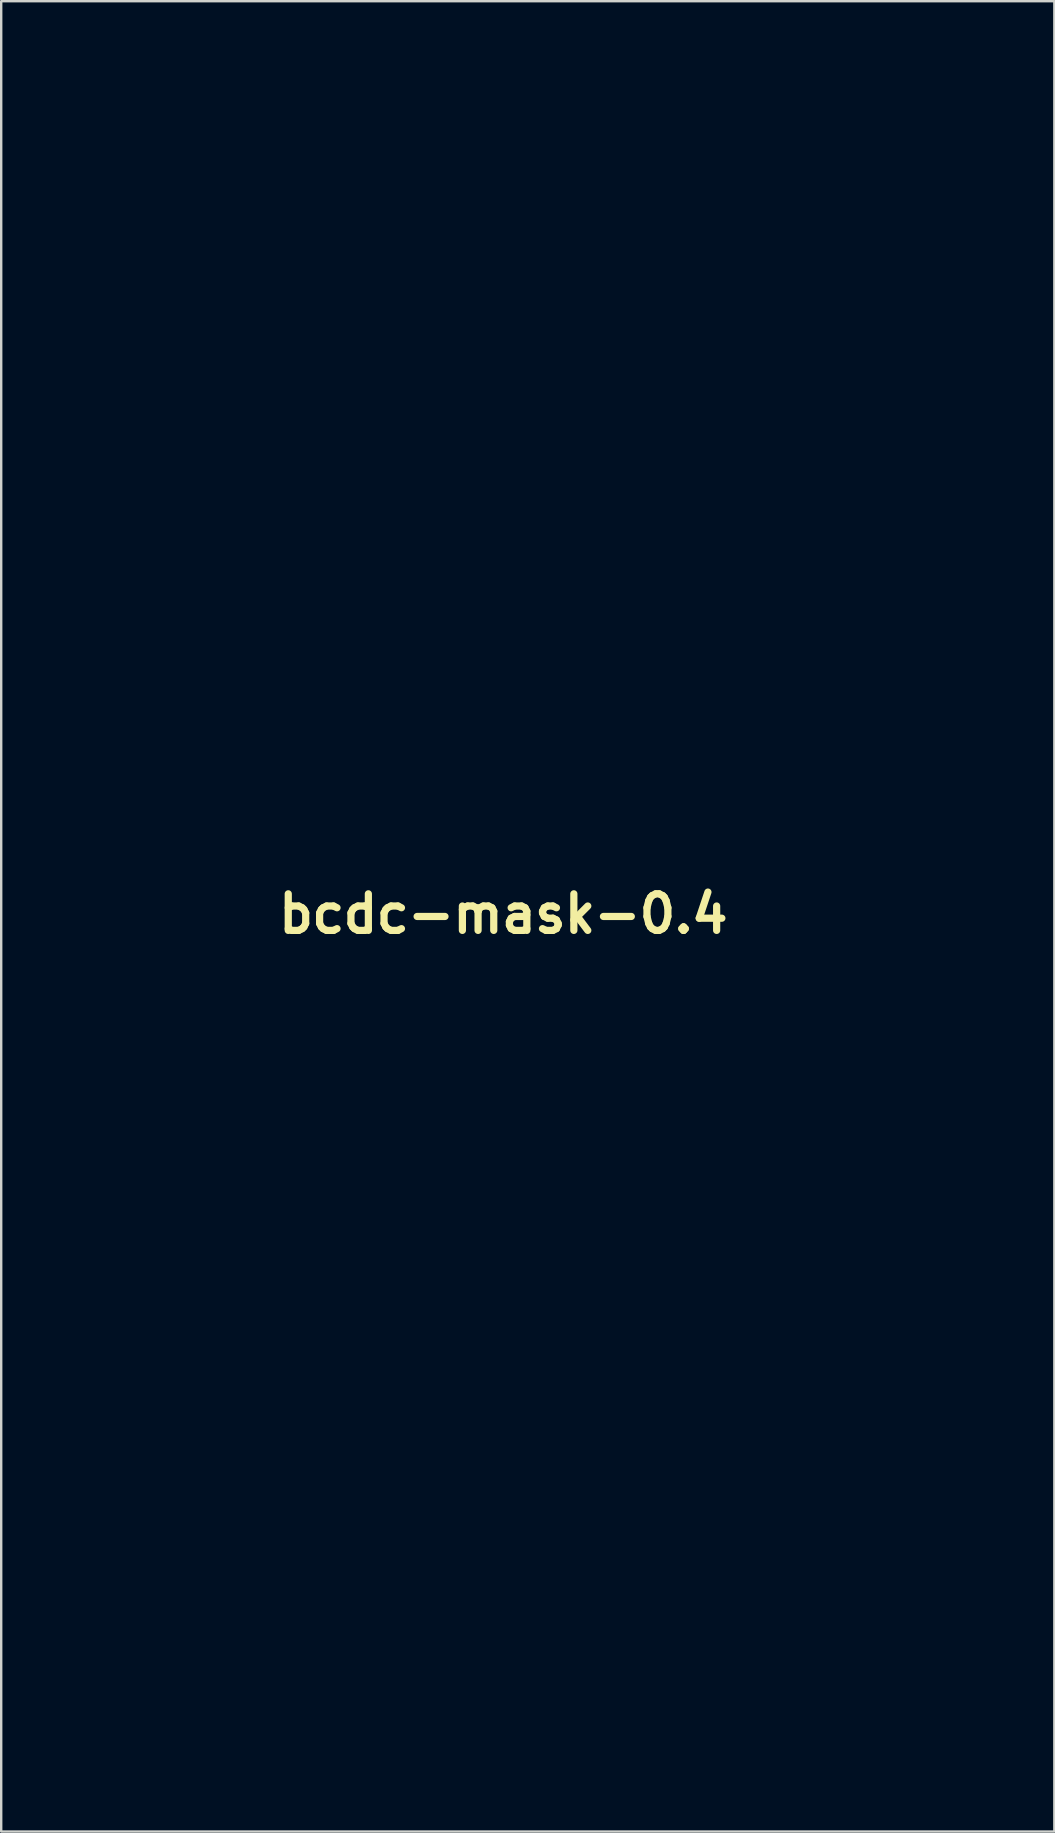
<source format=kicad_pcb>
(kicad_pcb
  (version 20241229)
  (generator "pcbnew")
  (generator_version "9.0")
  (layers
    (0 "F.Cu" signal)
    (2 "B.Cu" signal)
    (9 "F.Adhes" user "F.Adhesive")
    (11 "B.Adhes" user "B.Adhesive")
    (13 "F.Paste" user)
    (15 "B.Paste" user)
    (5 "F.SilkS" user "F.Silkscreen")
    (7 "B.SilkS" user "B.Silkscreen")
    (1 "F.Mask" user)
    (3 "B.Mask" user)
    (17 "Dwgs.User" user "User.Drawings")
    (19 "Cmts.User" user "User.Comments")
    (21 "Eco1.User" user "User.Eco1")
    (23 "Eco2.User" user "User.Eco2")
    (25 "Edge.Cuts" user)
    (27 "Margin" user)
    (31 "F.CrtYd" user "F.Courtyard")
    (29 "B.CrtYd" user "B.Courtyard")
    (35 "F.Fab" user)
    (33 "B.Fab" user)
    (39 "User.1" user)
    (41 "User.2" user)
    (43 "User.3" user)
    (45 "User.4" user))
  (footprint "bcdc-mask-0.4"
    (layer "F.Cu")
    (at 17.926 35.035)
    (property "Reference" "bcdc-mask-0.4" (at 0 0 0) (layer "F.SilkS") (effects (font (size 1.524 1.524) (thickness 0.3))))
    (attr through_hole)
    (fp_poly (pts (xy 18.047 -5.951) (xy 18.185 -5.863) (xy 18.249 -5.684) (xy 18.24 -5.402) (xy 18.201 -5.174) (xy 18.152 -4.737) (xy 18.16 -4.208) (xy 18.224 -3.621) (xy 18.34 -3.013) (xy 18.375 -2.868) (xy 18.474 -2.53) (xy 18.596 -2.182) (xy 18.729 -1.854) (xy 18.859 -1.578) (xy 18.974 -1.384) (xy 19.045 -1.309) (xy 19.11 -1.334) (xy 19.169 -1.477) (xy 19.217 -1.712) (xy 19.25 -2.015) (xy 19.261 -2.353) (xy 19.239 -2.769) (xy 19.176 -3.257) (xy 19.084 -3.765) (xy 18.971 -4.241) (xy 18.848 -4.632) (xy 18.837 -4.661) (xy 18.722 -5.03) (xy 18.707 -5.3) (xy 18.793 -5.471) (xy 18.841 -5.505) (xy 19.027 -5.548) (xy 19.202 -5.467) (xy 19.367 -5.259) (xy 19.526 -4.92) (xy 19.681 -4.446) (xy 19.764 -4.136) (xy 19.846 -3.719) (xy 19.907 -3.24) (xy 19.945 -2.735) (xy 19.958 -2.239) (xy 19.946 -1.789) (xy 19.907 -1.42) (xy 19.871 -1.256) (xy 19.717 -0.893) (xy 19.509 -0.646) (xy 19.258 -0.52) (xy 18.978 -0.524) (xy 18.69 -0.655) (xy 18.438 -0.894) (xy 18.199 -1.252) (xy 17.98 -1.708) (xy 17.788 -2.24) (xy 17.63 -2.826) (xy 17.512 -3.445) (xy 17.443 -4.074) (xy 17.428 -4.53) (xy 17.451 -5.072) (xy 17.522 -5.488) (xy 17.639 -5.776) (xy 17.802 -5.934) (xy 18.01 -5.959) (xy 18.047 -5.951)) (stroke (width 0.01) (type solid)) (fill yes) (layer "F.Mask"))
    (fp_poly (pts (xy -0.106 -35.03) (xy 0.646 -35.028) (xy 1.277 -35.023) (xy 1.807 -35.013) (xy 2.257 -34.999) (xy 2.647 -34.978) (xy 2.997 -34.951) (xy 3.328 -34.917) (xy 3.457 -34.902) (xy 4.92 -34.678) (xy 6.28 -34.384) (xy 7.529 -34.021) (xy 8.572 -33.63) (xy 9.709 -33.073) (xy 10.787 -32.388) (xy 11.805 -31.575) (xy 12.763 -30.634) (xy 13.662 -29.566) (xy 14.502 -28.37) (xy 15.282 -27.046) (xy 15.454 -26.72) (xy 15.692 -26.248) (xy 15.854 -25.894) (xy 15.939 -25.659) (xy 15.948 -25.543) (xy 15.88 -25.545) (xy 15.735 -25.665) (xy 15.513 -25.903) (xy 15.213 -26.259) (xy 15.037 -26.478) (xy 14.143 -27.567) (xy 13.284 -28.542) (xy 12.444 -29.422) (xy 11.606 -30.222) (xy 11.081 -30.685) (xy 10.204 -31.359) (xy 9.305 -31.895) (xy 8.377 -32.295) (xy 7.412 -32.562) (xy 6.404 -32.698) (xy 5.346 -32.704) (xy 4.995 -32.679) (xy 4.336 -32.603) (xy 3.598 -32.486) (xy 2.828 -32.339) (xy 2.071 -32.171) (xy 1.375 -31.992) (xy 0.926 -31.857) (xy 0.548 -31.74) (xy 0.24 -31.665) (xy -0.034 -31.632) (xy -0.308 -31.644) (xy -0.617 -31.7) (xy -0.996 -31.802) (xy -1.372 -31.916) (xy -2.224 -32.157) (xy -3.103 -32.36) (xy -3.982 -32.521) (xy -4.835 -32.636) (xy -5.635 -32.701) (xy -6.356 -32.714) (xy -6.894 -32.68) (xy -7.929 -32.492) (xy -8.925 -32.169) (xy -9.879 -31.711) (xy -10.672 -31.206) (xy -11.105 -30.869) (xy -11.606 -30.435) (xy -12.156 -29.92) (xy -12.741 -29.342) (xy -13.344 -28.716) (xy -13.948 -28.059) (xy -14.538 -27.389) (xy -15.097 -26.721) (xy -15.407 -26.335) (xy -15.634 -26.051) (xy -15.833 -25.813) (xy -15.987 -25.638) (xy -16.079 -25.549) (xy -16.094 -25.541) (xy -16.145 -25.6) (xy -16.157 -25.684) (xy -16.119 -25.856) (xy -16.01 -26.126) (xy -15.842 -26.475) (xy -15.624 -26.885) (xy -15.368 -27.338) (xy -15.084 -27.815) (xy -14.783 -28.299) (xy -14.474 -28.771) (xy -14.169 -29.212) (xy -13.963 -29.494) (xy -13.121 -30.517) (xy -12.222 -31.424) (xy -11.257 -32.22) (xy -10.219 -32.908) (xy -9.099 -33.493) (xy -7.89 -33.98) (xy -6.585 -34.374) (xy -5.174 -34.678) (xy -5.009 -34.707) (xy -4.499 -34.791) (xy -4.036 -34.86) (xy -3.599 -34.914) (xy -3.163 -34.956) (xy -2.705 -34.987) (xy -2.202 -35.008) (xy -1.63 -35.021) (xy -0.966 -35.028) (xy -0.187 -35.03) (xy -0.106 -35.03)) (stroke (width 0.01) (type solid)) (fill yes) (layer "F.Mask"))
    (fp_poly (pts (xy 9.946 -17.427) (xy 10.866 -17.427) (xy 11.663 -17.426) (xy 12.347 -17.425) (xy 12.927 -17.422) (xy 13.413 -17.419) (xy 13.814 -17.414) (xy 14.14 -17.407) (xy 14.399 -17.399) (xy 14.602 -17.388) (xy 14.757 -17.376) (xy 14.874 -17.361) (xy 14.963 -17.343) (xy 15.032 -17.322) (xy 15.091 -17.298) (xy 15.132 -17.28) (xy 15.517 -17.028) (xy 15.844 -16.676) (xy 16.079 -16.265) (xy 16.129 -16.13) (xy 16.254 -15.734) (xy 17.639 -15.734) (xy 17.639 -14.534) (xy 16.237 -14.534) (xy 16.215 -12.965) (xy 16.205 -12.397) (xy 16.189 -11.949) (xy 16.162 -11.601) (xy 16.118 -11.332) (xy 16.053 -11.121) (xy 15.961 -10.948) (xy 15.836 -10.791) (xy 15.674 -10.63) (xy 15.599 -10.562) (xy 15.504 -10.474) (xy 15.422 -10.396) (xy 15.342 -10.329) (xy 15.255 -10.271) (xy 15.153 -10.221) (xy 15.025 -10.18) (xy 14.863 -10.146) (xy 14.656 -10.119) (xy 14.397 -10.098) (xy 14.074 -10.081) (xy 13.679 -10.07) (xy 13.202 -10.062) (xy 12.635 -10.057) (xy 11.967 -10.055) (xy 11.189 -10.054) (xy 10.292 -10.054) (xy 9.267 -10.054) (xy 8.89 -10.054) (xy 7.842 -10.054) (xy 6.926 -10.055) (xy 6.132 -10.055) (xy 5.451 -10.057) (xy 4.873 -10.059) (xy 4.39 -10.063) (xy 3.991 -10.068) (xy 3.667 -10.074) (xy 3.41 -10.083) (xy 3.208 -10.093) (xy 3.054 -10.106) (xy 2.937 -10.121) (xy 2.849 -10.139) (xy 2.779 -10.16) (xy 2.718 -10.184) (xy 2.675 -10.204) (xy 2.276 -10.454) (xy 1.934 -10.795) (xy 1.724 -11.119) (xy 1.679 -11.226) (xy 1.643 -11.353) (xy 1.616 -11.52) (xy 1.595 -11.748) (xy 1.579 -12.057) (xy 1.565 -12.468) (xy 1.552 -12.98) (xy 1.517 -14.566) (xy 1.164 -14.705) (xy 0.857 -14.787) (xy 0.454 -14.839) (xy -0.000385 -14.859) (xy -0.464 -14.849) (xy -0.895 -14.808) (xy -1.249 -14.736) (xy -1.341 -14.706) (xy -1.729 -14.561) (xy -1.766 -13.013) (xy -1.782 -12.453) (xy -1.801 -12.014) (xy -1.828 -11.673) (xy -1.868 -11.409) (xy -1.926 -11.202) (xy -2.007 -11.03) (xy -2.114 -10.872) (xy -2.253 -10.707) (xy -2.287 -10.67) (xy -2.507 -10.473) (xy -2.778 -10.29) (xy -2.911 -10.221) (xy -3.281 -10.054) (xy -8.961 -10.043) (xy -9.851 -10.042) (xy -10.706 -10.043) (xy -11.515 -10.045) (xy -12.266 -10.048) (xy -12.947 -10.053) (xy -13.548 -10.058) (xy -14.057 -10.065) (xy -14.463 -10.073) (xy -14.755 -10.081) (xy -14.921 -10.09) (xy -14.947 -10.094) (xy -15.324 -10.217) (xy -15.687 -10.42) (xy -15.981 -10.669) (xy -16.047 -10.747) (xy -16.17 -10.917) (xy -16.264 -11.078) (xy -16.333 -11.251) (xy -16.382 -11.458) (xy -16.413 -11.721) (xy -16.43 -12.063) (xy -16.438 -12.503) (xy -16.439 -13.015) (xy -16.439 -14.534) (xy -17.921 -14.534) (xy -17.921 -15.734) (xy -16.457 -15.734) (xy -16.444 -15.815) (xy -15.24 -15.815) (xy -15.24 -13.779) (xy -15.239 -13.155) (xy -15.236 -12.656) (xy -15.226 -12.267) (xy -15.208 -11.972) (xy -15.178 -11.756) (xy -15.133 -11.602) (xy -15.071 -11.495) (xy -14.989 -11.42) (xy -14.884 -11.361) (xy -14.79 -11.319) (xy -14.674 -11.299) (xy -14.432 -11.281) (xy -14.077 -11.266) (xy -13.621 -11.254) (xy -13.079 -11.243) (xy -12.463 -11.235) (xy -11.786 -11.229) (xy -11.063 -11.225) (xy -10.305 -11.224) (xy -9.526 -11.224) (xy -8.739 -11.227) (xy -7.958 -11.231) (xy -7.196 -11.238) (xy -6.465 -11.246) (xy -5.779 -11.256) (xy -5.152 -11.268) (xy -4.596 -11.281) (xy -4.124 -11.297) (xy -3.75 -11.314) (xy -3.487 -11.333) (xy -3.349 -11.353) (xy -3.334 -11.359) (xy -3.228 -11.437) (xy -3.144 -11.528) (xy -3.08 -11.646) (xy -3.033 -11.809) (xy -3.001 -12.032) (xy -2.982 -12.331) (xy -2.973 -12.723) (xy -2.972 -13.223) (xy -2.978 -13.849) (xy -2.978 -13.859) (xy -2.999 -15.795) (xy -3.018 -15.815) (xy 2.752 -15.815) (xy 2.752 -13.773) (xy 2.752 -13.182) (xy 2.754 -12.714) (xy 2.759 -12.355) (xy 2.767 -12.088) (xy 2.78 -11.895) (xy 2.799 -11.76) (xy 2.825 -11.667) (xy 2.859 -11.599) (xy 2.897 -11.546) (xy 3.073 -11.392) (xy 3.268 -11.296) (xy 3.383 -11.283) (xy 3.626 -11.271) (xy 3.983 -11.261) (xy 4.44 -11.252) (xy 4.985 -11.244) (xy 5.603 -11.238) (xy 6.281 -11.232) (xy 7.005 -11.228) (xy 7.762 -11.226) (xy 8.539 -11.224) (xy 9.321 -11.224) (xy 10.096 -11.225) (xy 10.849 -11.228) (xy 11.568 -11.232) (xy 12.239 -11.237) (xy 12.847 -11.243) (xy 13.381 -11.251) (xy 13.825 -11.26) (xy 14.168 -11.271) (xy 14.394 -11.283) (xy 14.485 -11.294) (xy 14.756 -11.434) (xy 14.891 -11.593) (xy 14.932 -11.669) (xy 14.964 -11.758) (xy 14.988 -11.878) (xy 15.005 -12.046) (xy 15.016 -12.28) (xy 15.023 -12.597) (xy 15.027 -13.015) (xy 15.028 -13.551) (xy 15.028 -13.745) (xy 15.027 -14.349) (xy 15.023 -14.828) (xy 15.013 -15.199) (xy 14.996 -15.48) (xy 14.968 -15.686) (xy 14.928 -15.836) (xy 14.874 -15.944) (xy 14.804 -16.029) (xy 14.72 -16.103) (xy 14.686 -16.125) (xy 14.634 -16.144) (xy 14.555 -16.161) (xy 14.441 -16.175) (xy 14.282 -16.187) (xy 14.069 -16.197) (xy 13.792 -16.205) (xy 13.443 -16.211) (xy 13.011 -16.216) (xy 12.489 -16.22) (xy 11.866 -16.223) (xy 11.133 -16.224) (xy 10.282 -16.225) (xy 9.302 -16.226) (xy 8.867 -16.226) (xy 3.164 -16.228) (xy 2.958 -16.022) (xy 2.752 -15.815) (xy -3.018 -15.815) (xy -3.413 -16.228) (xy -14.828 -16.228) (xy -15.034 -16.022) (xy -15.24 -15.815) (xy -16.444 -15.815) (xy -16.414 -16.007) (xy -16.305 -16.335) (xy -16.097 -16.674) (xy -15.822 -16.98) (xy -15.563 -17.178) (xy -15.216 -17.392) (xy -9.229 -17.411) (xy -8.172 -17.414) (xy -7.247 -17.417) (xy -6.444 -17.418) (xy -5.755 -17.419) (xy -5.169 -17.419) (xy -4.677 -17.417) (xy -4.27 -17.413) (xy -3.939 -17.408) (xy -3.674 -17.401) (xy -3.466 -17.391) (xy -3.306 -17.379) (xy -3.183 -17.365) (xy -3.089 -17.347) (xy -3.015 -17.327) (xy -2.951 -17.304) (xy -2.892 -17.279) (xy -2.579 -17.095) (xy -2.291 -16.836) (xy -2.053 -16.536) (xy -1.892 -16.228) (xy -1.834 -15.95) (xy -1.825 -15.89) (xy -1.775 -15.867) (xy -1.658 -15.881) (xy -1.442 -15.933) (xy -1.358 -15.954) (xy -0.84 -16.047) (xy -0.245 -16.084) (xy 0.377 -16.067) (xy 0.974 -15.996) (xy 1.351 -15.914) (xy 1.475 -15.895) (xy 1.551 -15.947) (xy 1.616 -16.101) (xy 1.626 -16.134) (xy 1.847 -16.595) (xy 2.172 -16.98) (xy 2.579 -17.266) (xy 2.774 -17.353) (xy 2.884 -17.368) (xy 3.128 -17.382) (xy 3.508 -17.394) (xy 4.022 -17.404) (xy 4.673 -17.412) (xy 5.462 -17.418) (xy 6.389 -17.423) (xy 7.455 -17.426) (xy 8.662 -17.427) (xy 8.895 -17.427) (xy 9.946 -17.427)) (stroke (width 0.01) (type solid)) (fill yes) (layer "F.Mask"))
    (fp_poly (pts (xy 0.212 -4.706) (xy 1.011 -4.663) (xy 1.709 -4.583) (xy 2.345 -4.455) (xy 2.957 -4.271) (xy 3.581 -4.023) (xy 4.039 -3.808) (xy 4.892 -3.341) (xy 5.751 -2.773) (xy 6.627 -2.094) (xy 7.53 -1.298) (xy 8.435 -0.414) (xy 8.779 -0.057) (xy 9.114 0.301) (xy 9.42 0.637) (xy 9.673 0.925) (xy 9.851 1.141) (xy 9.869 1.164) (xy 10.258 1.749) (xy 10.599 2.396) (xy 10.867 3.056) (xy 11.015 3.563) (xy 11.178 4.217) (xy 11.341 4.744) (xy 11.509 5.159) (xy 11.691 5.473) (xy 11.892 5.703) (xy 12.12 5.862) (xy 12.16 5.882) (xy 12.346 5.955) (xy 12.491 5.957) (xy 12.644 5.903) (xy 12.957 5.706) (xy 13.291 5.37) (xy 13.646 4.897) (xy 14.022 4.287) (xy 14.417 3.541) (xy 14.831 2.66) (xy 15.264 1.645) (xy 15.716 0.496) (xy 16.157 -0.706) (xy 16.312 -1.13) (xy 16.466 -1.536) (xy 16.607 -1.896) (xy 16.724 -2.177) (xy 16.794 -2.328) (xy 16.902 -2.538) (xy 16.966 -2.636) (xy 17.003 -2.635) (xy 17.033 -2.55) (xy 17.043 -2.512) (xy 17.071 -2.291) (xy 17.077 -1.95) (xy 17.062 -1.512) (xy 17.03 -0.996) (xy 16.981 -0.424) (xy 16.918 0.185) (xy 16.842 0.809) (xy 16.757 1.428) (xy 16.663 2.022) (xy 16.563 2.57) (xy 16.541 2.681) (xy 16.358 3.46) (xy 16.136 4.198) (xy 15.865 4.911) (xy 15.534 5.619) (xy 15.136 6.34) (xy 14.659 7.092) (xy 14.096 7.893) (xy 13.436 8.761) (xy 13.261 8.983) (xy 12.786 9.586) (xy 12.388 10.111) (xy 12.06 10.578) (xy 11.797 11.005) (xy 11.596 11.413) (xy 11.449 11.819) (xy 11.354 12.244) (xy 11.304 12.705) (xy 11.294 13.222) (xy 11.32 13.814) (xy 11.376 14.501) (xy 11.457 15.3) (xy 11.497 15.663) (xy 11.67 17.192) (xy 11.864 18.793) (xy 12.073 20.434) (xy 12.293 22.084) (xy 12.521 23.71) (xy 12.751 25.282) (xy 12.979 26.766) (xy 13.134 27.728) (xy 13.28 28.678) (xy 13.383 29.507) (xy 13.443 30.227) (xy 13.459 30.851) (xy 13.43 31.393) (xy 13.354 31.865) (xy 13.233 32.281) (xy 13.063 32.654) (xy 12.845 32.996) (xy 12.802 33.054) (xy 12.55 33.312) (xy 12.202 33.57) (xy 11.802 33.801) (xy 11.394 33.976) (xy 11.301 34.006) (xy 10.848 34.13) (xy 10.28 34.261) (xy 9.626 34.397) (xy 8.912 34.531) (xy 8.165 34.66) (xy 7.411 34.778) (xy 6.677 34.88) (xy 5.99 34.963) (xy 5.715 34.992) (xy 4.797 35.068) (xy 3.77 35.131) (xy 2.664 35.18) (xy 1.512 35.215) (xy 0.345 35.234) (xy -0.806 35.239) (xy -1.91 35.227) (xy -2.936 35.199) (xy -3.739 35.16) (xy -5.395 35.037) (xy -6.96 34.873) (xy -8.424 34.668) (xy -9.774 34.426) (xy -11.001 34.146) (xy -11.128 34.113) (xy -11.803 33.896) (xy -12.356 33.629) (xy -12.798 33.305) (xy -13.14 32.915) (xy -13.286 32.68) (xy -13.462 32.304) (xy -13.592 31.897) (xy -13.676 31.445) (xy -13.714 30.933) (xy -13.708 30.346) (xy -13.658 29.67) (xy -13.563 28.889) (xy -13.424 27.99) (xy -13.416 27.94) (xy -13.266 27.027) (xy -13.115 26.063) (xy -12.963 25.058) (xy -12.811 24.025) (xy -12.662 22.974) (xy -12.516 21.916) (xy -12.375 20.863) (xy -12.24 19.826) (xy -12.112 18.815) (xy -11.994 17.842) (xy -11.886 16.918) (xy -11.789 16.055) (xy -11.706 15.263) (xy -11.637 14.553) (xy -11.584 13.937) (xy -11.549 13.426) (xy -11.531 13.031) (xy -11.534 12.763) (xy -11.536 12.741) (xy -11.653 11.988) (xy -11.878 11.302) (xy -12.222 10.655) (xy -12.66 10.065) (xy -13.034 9.608) (xy -13.443 9.091) (xy -13.862 8.545) (xy -14.264 8.004) (xy -14.627 7.5) (xy -14.926 7.066) (xy -14.956 7.02) (xy -15.518 6.106) (xy -15.972 5.223) (xy -16.335 4.335) (xy -16.622 3.405) (xy -16.749 2.887) (xy -16.856 2.359) (xy -16.958 1.763) (xy -17.052 1.126) (xy -17.135 0.47) (xy -17.204 -0.179) (xy -17.258 -0.795) (xy -17.294 -1.355) (xy -17.308 -1.833) (xy -17.299 -2.205) (xy -17.292 -2.293) (xy -17.245 -2.716) (xy -17.01 -2.223) (xy -16.923 -2.025) (xy -16.794 -1.719) (xy -16.634 -1.327) (xy -16.451 -0.87) (xy -16.255 -0.373) (xy -16.054 0.143) (xy -16.046 0.164) (xy -15.832 0.714) (xy -15.609 1.277) (xy -15.389 1.825) (xy -15.184 2.326) (xy -15.007 2.75) (xy -14.886 3.03) (xy -14.536 3.775) (xy -14.187 4.425) (xy -13.845 4.971) (xy -13.515 5.405) (xy -13.205 5.717) (xy -12.951 5.885) (xy -12.768 5.956) (xy -12.623 5.956) (xy -12.473 5.902) (xy -12.192 5.732) (xy -11.949 5.47) (xy -11.856 5.312) (xy -7.806 5.312) (xy -7.688 6.063) (xy -7.471 6.763) (xy -7.184 7.341) (xy -6.824 7.802) (xy -6.389 8.147) (xy -5.875 8.38) (xy -5.555 8.463) (xy -5.069 8.523) (xy -4.667 8.49) (xy -4.406 8.404) (xy -4.103 8.206) (xy -3.818 7.912) (xy -3.588 7.567) (xy -3.491 7.347) (xy -3.44 7.144) (xy -3.389 6.843) (xy -3.346 6.487) (xy -3.319 6.174) (xy -3.285 5.736) (xy -3.244 5.413) (xy -3.19 5.181) (xy -3.114 5.012) (xy -3.01 4.883) (xy -2.918 4.803) (xy -2.809 4.728) (xy -2.691 4.685) (xy -2.527 4.667) (xy -2.281 4.669) (xy -2.084 4.677) (xy -1.725 4.706) (xy -1.353 4.756) (xy -1.038 4.818) (xy -0.988 4.83) (xy -0.591 4.9) (xy -0.126 4.923) (xy 0.352 4.902) (xy 0.789 4.839) (xy 1.05 4.768) (xy 1.319 4.703) (xy 1.675 4.665) (xy 1.94 4.657) (xy 2.289 4.67) (xy 2.553 4.72) (xy 2.746 4.826) (xy 2.881 5.003) (xy 2.97 5.27) (xy 3.027 5.643) (xy 3.065 6.138) (xy 3.114 6.687) (xy 3.196 7.128) (xy 3.319 7.492) (xy 3.493 7.812) (xy 3.561 7.911) (xy 3.858 8.232) (xy 4.204 8.433) (xy 4.612 8.52) (xy 5.095 8.496) (xy 5.306 8.458) (xy 5.88 8.27) (xy 6.378 7.972) (xy 6.786 7.574) (xy 7.086 7.094) (xy 7.37 6.344) (xy 7.527 5.572) (xy 7.558 4.797) (xy 7.461 4.039) (xy 7.238 3.316) (xy 7.127 3.069) (xy 6.748 2.451) (xy 6.248 1.882) (xy 5.641 1.367) (xy 4.938 0.911) (xy 4.153 0.519) (xy 3.298 0.195) (xy 2.388 -0.057) (xy 1.434 -0.232) (xy 0.449 -0.325) (xy -0.553 -0.331) (xy -1.56 -0.247) (xy -2.011 -0.178) (xy -2.93 0.024) (xy -3.821 0.3) (xy -4.653 0.639) (xy -5.398 1.028) (xy -5.82 1.302) (xy -6.459 1.836) (xy -6.98 2.437) (xy -7.379 3.094) (xy -7.652 3.799) (xy -7.796 4.541) (xy -7.806 5.312) (xy -11.856 5.312) (xy -11.736 5.106) (xy -11.548 4.628) (xy -11.379 4.025) (xy -11.329 3.813) (xy -11.098 3.017) (xy -10.768 2.232) (xy -10.363 1.506) (xy -10.1 1.129) (xy -9.945 0.94) (xy -9.711 0.674) (xy -9.417 0.354) (xy -9.086 0.002) (xy -8.738 -0.36) (xy -8.633 -0.466) (xy -7.788 -1.293) (xy -6.988 -2.006) (xy -6.215 -2.619) (xy -5.453 -3.145) (xy -4.684 -3.598) (xy -4.198 -3.846) (xy -3.467 -4.168) (xy -2.76 -4.409) (xy -2.045 -4.576) (xy -1.288 -4.675) (xy -0.457 -4.713) (xy 0.212 -4.706)) (stroke (width 0.01) (type solid)) (fill yes) (layer "F.Mask")))
  (gr_rect
    (start -3 -3)
    (end 40.89 73.279)
    (stroke (width 0.1) (type default))
    (fill no)
    (layer "Edge.Cuts")))
</source>
